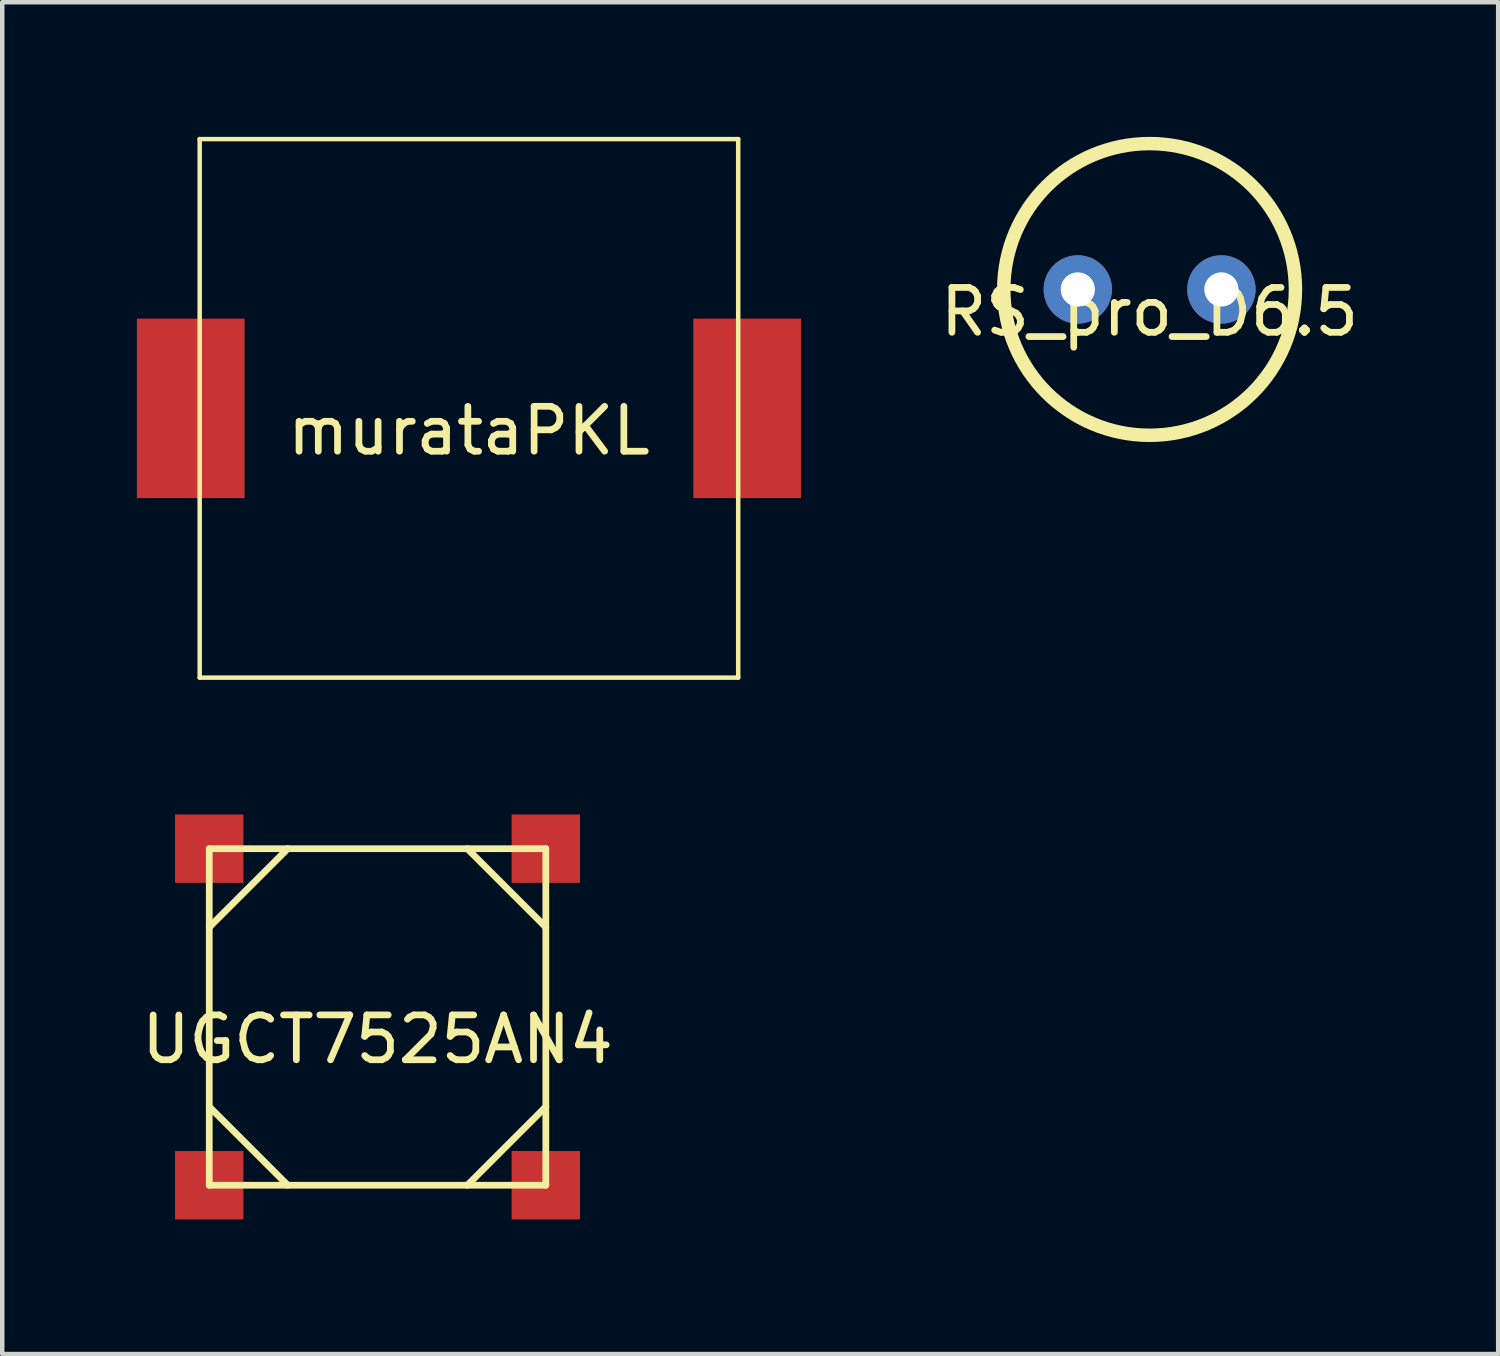
<source format=kicad_pcb>
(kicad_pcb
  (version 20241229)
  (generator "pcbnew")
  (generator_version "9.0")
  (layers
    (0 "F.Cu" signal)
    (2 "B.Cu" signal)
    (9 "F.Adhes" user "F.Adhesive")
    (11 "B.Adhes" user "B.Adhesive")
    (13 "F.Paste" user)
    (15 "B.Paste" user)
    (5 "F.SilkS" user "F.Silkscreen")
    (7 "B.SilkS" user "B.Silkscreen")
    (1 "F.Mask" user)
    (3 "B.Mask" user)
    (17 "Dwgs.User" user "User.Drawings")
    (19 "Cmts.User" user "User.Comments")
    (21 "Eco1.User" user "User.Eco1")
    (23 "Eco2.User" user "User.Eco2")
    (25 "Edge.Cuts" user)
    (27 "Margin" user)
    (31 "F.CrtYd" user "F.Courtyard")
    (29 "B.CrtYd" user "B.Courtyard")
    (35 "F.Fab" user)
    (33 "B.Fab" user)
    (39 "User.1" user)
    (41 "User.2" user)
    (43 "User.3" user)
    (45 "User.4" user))
  (footprint "murataPKL"
    (layer "F.Cu")
    (at 7.4 6.05)
    (property "Reference" "murataPKL" (at 0 0.5 0) (layer "F.SilkS") (effects (font (size 1 1) (thickness 0.15))))
    (attr through_hole)
    (fp_line (start -6 -6) (end 6 -6) (stroke (width 0.1) (type solid)) (layer "F.SilkS"))
    (fp_line (start -6 6) (end -6 -6) (stroke (width 0.1) (type solid)) (layer "F.SilkS"))
    (fp_line (start 6 -6) (end 6 6) (stroke (width 0.1) (type solid)) (layer "F.SilkS"))
    (fp_line (start 6 6) (end -6 6) (stroke (width 0.1) (type solid)) (layer "F.SilkS"))
    (pad "1" smd rect (at 6.2 0) (size 2.4 4) (layers "F.Cu" "F.Mask" "F.Paste"))
    (pad "2" smd rect (at -6.2 0) (size 2.4 4) (layers "F.Cu" "F.Mask" "F.Paste")))
  (footprint "UGCT7525AN4"
    (layer "F.Cu")
    (at 5.363 19.612)
    (property "Reference" "UGCT7525AN4" (at 0 0.5 0) (layer "F.SilkS") (effects (font (size 1 1) (thickness 0.15))))
    (attr through_hole)
    (fp_line (start -3.75 -3.75) (end 3.75 -3.75) (stroke (width 0.15) (type solid)) (layer "F.SilkS"))
    (fp_line (start -3.75 2) (end -2 3.75) (stroke (width 0.15) (type solid)) (layer "F.SilkS"))
    (fp_line (start -3.75 3.75) (end -3.75 -3.75) (stroke (width 0.15) (type solid)) (layer "F.SilkS"))
    (fp_line (start -2 -3.75) (end -3.75 -2) (stroke (width 0.15) (type solid)) (layer "F.SilkS"))
    (fp_line (start 2 -3.75) (end 3.75 -2) (stroke (width 0.15) (type solid)) (layer "F.SilkS"))
    (fp_line (start 2 3.75) (end 3.75 2) (stroke (width 0.15) (type solid)) (layer "F.SilkS"))
    (fp_line (start 3.75 -3.75) (end 3.75 3.75) (stroke (width 0.15) (type solid)) (layer "F.SilkS"))
    (fp_line (start 3.75 3.75) (end -3.75 3.75) (stroke (width 0.15) (type solid)) (layer "F.SilkS"))
    (pad "1" smd rect (at -3.75 -3.75) (size 1.524 1.524) (layers "F.Cu" "F.Mask" "F.Paste"))
    (pad "2" smd rect (at -3.75 3.75) (size 1.524 1.524) (layers "F.Cu" "F.Mask" "F.Paste"))
    (pad "3" smd rect (at 3.75 3.75) (size 1.524 1.524) (layers "F.Cu" "F.Mask" "F.Paste"))
    (pad "4" smd rect (at 3.75 -3.75) (size 1.524 1.524) (layers "F.Cu" "F.Mask" "F.Paste")))
  (footprint "RS_pro_D6.5"
    (layer "F.Cu")
    (at 22.568 3.4)
    (property "Reference" "RS_pro_D6.5" (at 0 0.5 0) (layer "F.SilkS") (effects (font (size 1 1) (thickness 0.15))))
    (attr through_hole)
    (fp_circle (center 0 0) (end 3.25 0) (stroke (width 0.3) (type solid)) (fill no) (layer "F.SilkS"))
    (pad "1" thru_hole circle (at -1.6 0) (size 1.524 1.524) (drill 0.762) (layers "*.Cu" "*.Mask"))
    (pad "2" thru_hole circle (at 1.6 0) (size 1.524 1.524) (drill 0.762) (layers "*.Cu" "*.Mask")))
  (gr_rect
    (start -3 -3)
    (end 30.336 27.124)
    (stroke (width 0.1) (type default))
    (fill no)
    (layer "Edge.Cuts")))
</source>
